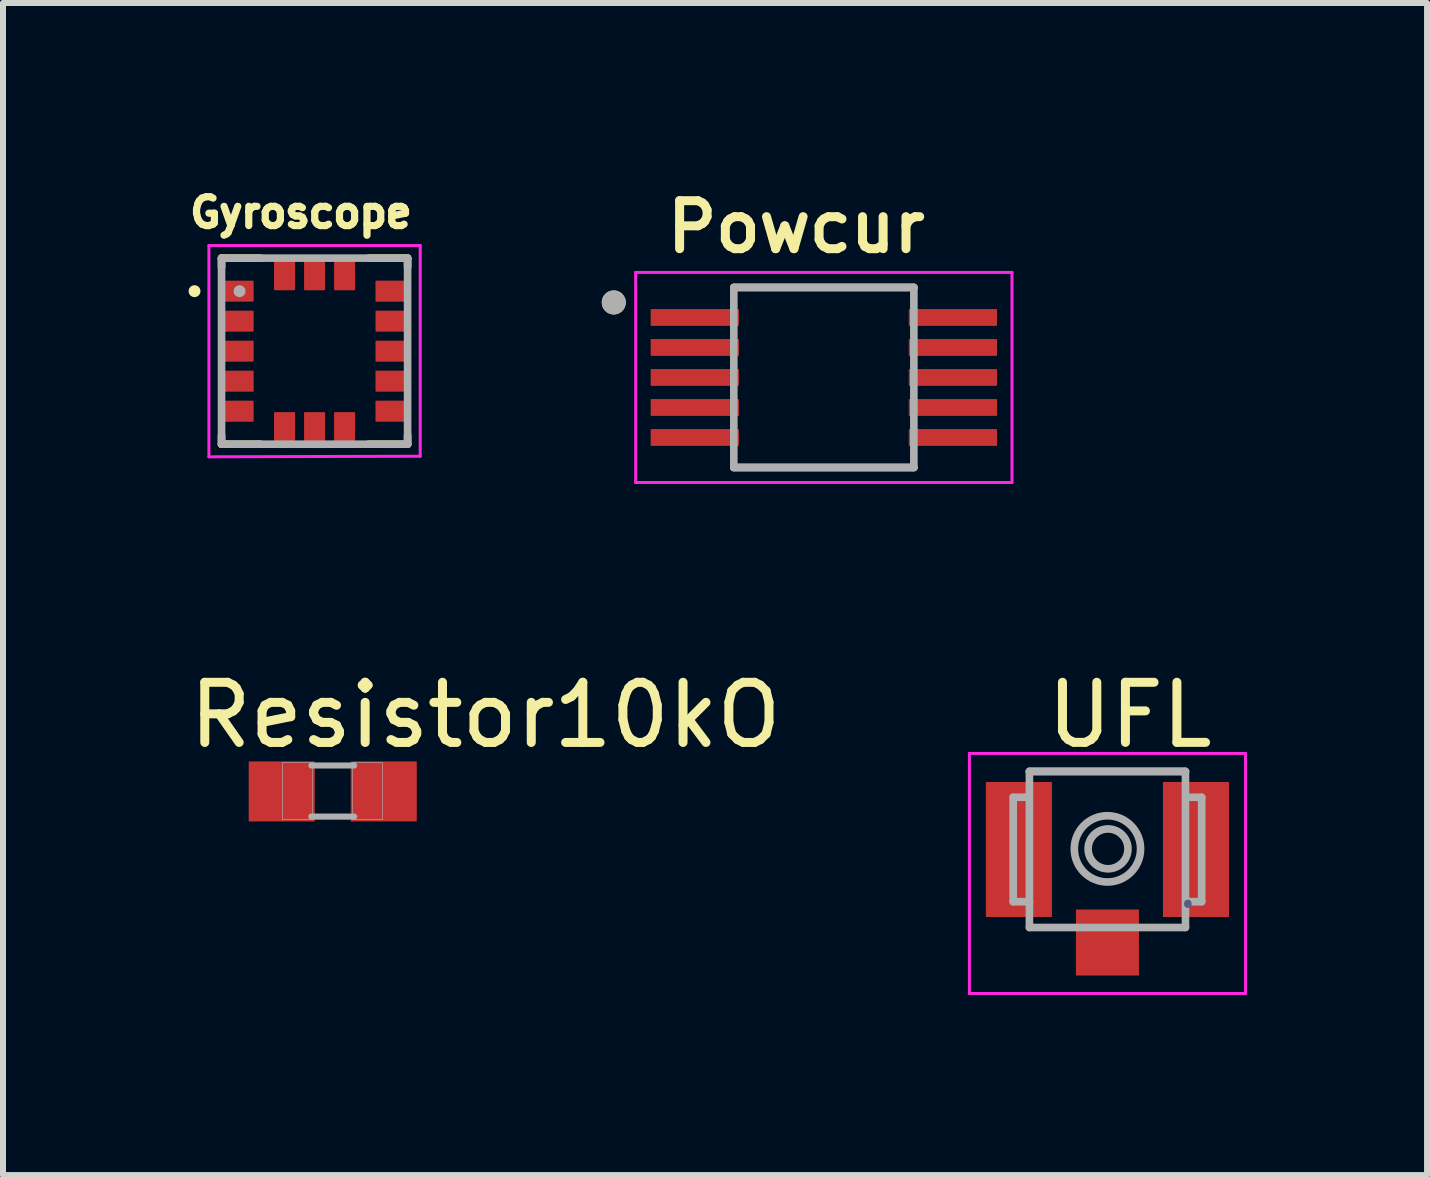
<source format=kicad_pcb>
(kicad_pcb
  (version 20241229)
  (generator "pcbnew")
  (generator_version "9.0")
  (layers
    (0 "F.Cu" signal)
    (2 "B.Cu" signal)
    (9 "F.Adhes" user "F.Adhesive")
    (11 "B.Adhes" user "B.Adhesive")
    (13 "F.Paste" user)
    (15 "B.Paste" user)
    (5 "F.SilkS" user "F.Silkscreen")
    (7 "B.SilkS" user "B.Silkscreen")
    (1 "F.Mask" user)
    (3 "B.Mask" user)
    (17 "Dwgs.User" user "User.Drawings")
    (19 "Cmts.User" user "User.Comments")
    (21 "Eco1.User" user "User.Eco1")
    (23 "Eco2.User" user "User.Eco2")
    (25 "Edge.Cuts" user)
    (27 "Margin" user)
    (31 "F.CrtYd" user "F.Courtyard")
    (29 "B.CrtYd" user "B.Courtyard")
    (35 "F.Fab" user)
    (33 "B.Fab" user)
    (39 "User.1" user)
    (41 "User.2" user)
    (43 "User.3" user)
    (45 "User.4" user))
  (footprint "Resistor10kO"
    (layer "F.Cu")
    (at 2.494 10.136)
    (property "Reference" "Resistor10kO" (at 2.544 -1.272 0) (layer "F.SilkS") (effects (font (size 1.002 1.002) (thickness 0.15))))
    (attr smd)
    (fp_line (start -0.356 -0.432) (end 0.356 -0.432) (stroke (width 0.102) (type solid)) (layer "F.Fab"))
    (fp_line (start -0.356 0.419) (end 0.356 0.419) (stroke (width 0.102) (type solid)) (layer "F.Fab"))
    (fp_poly (pts (xy -0.84 -0.48) (xy -0.338 -0.48) (xy -0.338 0.471) (xy -0.84 0.471)) (stroke (width 0.01) (type solid)) (fill no) (layer "F.Fab"))
    (fp_poly (pts (xy 0.331 -0.48) (xy 0.83 -0.48) (xy 0.83 0.471) (xy 0.331 0.471)) (stroke (width 0.01) (type solid)) (fill no) (layer "F.Fab"))
    (pad "1" smd rect (at -0.85 0) (size 1.1 1) (layers "F.Cu" "F.Mask" "F.Paste"))
    (pad "2" smd rect (at 0.85 0) (size 1.1 1) (layers "F.Cu" "F.Mask" "F.Paste")))
  (footprint "UFL"
    (layer "F.Cu")
    (at 15.401 11.103)
    (property "Reference" "UFL" (at 0.371 -2.24 0) (layer "F.SilkS") (effects (font (size 1.001 1.001) (thickness 0.15))))
    (attr smd)
    (fp_line (start 1.3 -1.3) (end -1.3 -1.3) (stroke (width 0.127) (type solid)) (layer "F.SilkS"))
    (fp_line (start -2.3 -1.6) (end -2.3 2.4) (stroke (width 0.05) (type solid)) (layer "F.CrtYd"))
    (fp_line (start -2.3 2.4) (end 2.3 2.4) (stroke (width 0.05) (type solid)) (layer "F.CrtYd"))
    (fp_line (start 2.3 -1.6) (end -2.3 -1.6) (stroke (width 0.05) (type solid)) (layer "F.CrtYd"))
    (fp_line (start 2.3 2.4) (end 2.3 -1.6) (stroke (width 0.05) (type solid)) (layer "F.CrtYd"))
    (fp_line (start 1.34 0.9) (end 1.34 0.91) (stroke (width 0.127) (type solid)) (layer "B.Fab"))
    (fp_line (start -1.57 -0.87) (end -1.57 0.87) (stroke (width 0.127) (type solid)) (layer "F.Fab"))
    (fp_line (start -1.57 -0.87) (end -1.33 -0.87) (stroke (width 0.127) (type solid)) (layer "F.Fab"))
    (fp_line (start -1.57 0.87) (end -1.3 0.87) (stroke (width 0.127) (type solid)) (layer "F.Fab"))
    (fp_line (start -1.33 -0.87) (end -1.33 -0.88) (stroke (width 0.127) (type solid)) (layer "F.Fab"))
    (fp_line (start -1.3 -1.3) (end 1.3 -1.3) (stroke (width 0.127) (type solid)) (layer "F.Fab"))
    (fp_line (start -1.3 0.87) (end -1.3 -1.3) (stroke (width 0.127) (type solid)) (layer "F.Fab"))
    (fp_line (start -1.3 1.3) (end -1.3 0.87) (stroke (width 0.127) (type solid)) (layer "F.Fab"))
    (fp_line (start -1.3 1.3) (end 1.3 1.3) (stroke (width 0.127) (type solid)) (layer "F.Fab"))
    (fp_line (start 1.3 -1.3) (end 1.3 1.3) (stroke (width 0.127) (type solid)) (layer "F.Fab"))
    (fp_line (start 1.38 -0.87) (end 1.57 -0.87) (stroke (width 0.127) (type solid)) (layer "F.Fab"))
    (fp_line (start 1.57 -0.87) (end 1.57 0.87) (stroke (width 0.127) (type solid)) (layer "F.Fab"))
    (fp_line (start 1.57 0.87) (end 1.34 0.87) (stroke (width 0.127) (type solid)) (layer "F.Fab"))
    (fp_circle (center 0 -0.01) (end 0.552 -0.01) (stroke (width 0.127) (type solid)) (fill no) (layer "F.Fab"))
    (fp_circle (center 0.01 -0.01) (end 0.342 -0.01) (stroke (width 0.127) (type solid)) (fill no) (layer "F.Fab"))
    (pad "1" smd rect (at -1.475 0) (size 1.1 2.25) (layers "F.Cu" "F.Mask" "F.Paste"))
    (pad "2" smd rect (at 1.475 0) (size 1.1 2.25) (layers "F.Cu" "F.Mask" "F.Paste"))
    (pad "3" smd rect (at 0 1.55) (size 1.05 1.1) (layers "F.Cu" "F.Mask" "F.Paste"))
    (zone (net_name "") (layer "F.Cu") (hatch full 0.508) (connect_pads) (min_thickness 0.01) (filled_areas_thickness no) (keepout (tracks not_allowed) (vias not_allowed) (pads not_allowed) (copperpour not_allowed) (footprints allowed)) (placement (enabled no)) (fill) (polygon (pts (xy 14.498 9.953) (xy 16.301 9.953) (xy 16.301 12.066) (xy 14.498 12.066)))))
  (footprint "Gyroscope"
    (layer "F.Cu")
    (at 2.191 2.801)
    (property "Reference" "Gyroscope" (at -0.226 -2.309 0) (layer "F.SilkS") (effects (font (size 0.481 0.481) (thickness 0.15))))
    (attr smd)
    (fp_line (start -1.55 -1.55) (end -0.9 -1.55) (stroke (width 0.127) (type solid)) (layer "F.SilkS"))
    (fp_line (start -1.55 -1.4) (end -1.55 -1.55) (stroke (width 0.127) (type solid)) (layer "F.SilkS"))
    (fp_line (start -1.55 1.4) (end -1.55 1.55) (stroke (width 0.127) (type solid)) (layer "F.SilkS"))
    (fp_line (start -1.55 1.55) (end -0.9 1.55) (stroke (width 0.127) (type solid)) (layer "F.SilkS"))
    (fp_line (start 0.9 -1.55) (end 1.55 -1.55) (stroke (width 0.127) (type solid)) (layer "F.SilkS"))
    (fp_line (start 0.9 1.55) (end 1.55 1.55) (stroke (width 0.127) (type solid)) (layer "F.SilkS"))
    (fp_line (start 1.55 -1.55) (end 1.55 -1.4) (stroke (width 0.127) (type solid)) (layer "F.SilkS"))
    (fp_line (start 1.55 1.55) (end 1.55 1.4) (stroke (width 0.127) (type solid)) (layer "F.SilkS"))
    (fp_circle (center -2 -1) (end -1.95 -1) (stroke (width 0.1) (type solid)) (fill no) (layer "F.SilkS"))
    (fp_line (start -1.76 -1.76) (end 1.76 -1.76) (stroke (width 0.05) (type solid)) (layer "F.CrtYd"))
    (fp_line (start -1.76 1.76) (end -1.76 -1.76) (stroke (width 0.05) (type solid)) (layer "F.CrtYd"))
    (fp_line (start 1.76 -1.76) (end 1.76 1.75) (stroke (width 0.05) (type solid)) (layer "F.CrtYd"))
    (fp_line (start 1.76 1.75) (end -1.76 1.76) (stroke (width 0.05) (type solid)) (layer "F.CrtYd"))
    (fp_line (start -1.55 -1.55) (end 1.55 -1.55) (stroke (width 0.127) (type solid)) (layer "F.Fab"))
    (fp_line (start -1.55 1.55) (end -1.55 -1.55) (stroke (width 0.127) (type solid)) (layer "F.Fab"))
    (fp_line (start 1.55 -1.55) (end 1.55 1.55) (stroke (width 0.127) (type solid)) (layer "F.Fab"))
    (fp_line (start 1.55 1.55) (end -1.55 1.55) (stroke (width 0.127) (type solid)) (layer "F.Fab"))
    (fp_circle (center -1.25 -1) (end -1.2 -1) (stroke (width 0.1) (type solid)) (fill no) (layer "F.Fab"))
    (pad "1" smd roundrect (at -1.26 -1) (size 0.49 0.35) (layers "F.Cu" "F.Mask" "F.Paste") (roundrect_rratio 0.04))
    (pad "2" smd roundrect (at -1.26 -0.5) (size 0.49 0.35) (layers "F.Cu" "F.Mask" "F.Paste") (roundrect_rratio 0.04))
    (pad "3" smd roundrect (at -1.26 0) (size 0.49 0.35) (layers "F.Cu" "F.Mask" "F.Paste") (roundrect_rratio 0.04))
    (pad "4" smd roundrect (at -1.26 0.5) (size 0.49 0.35) (layers "F.Cu" "F.Mask" "F.Paste") (roundrect_rratio 0.04))
    (pad "5" smd roundrect (at -1.26 1) (size 0.49 0.35) (layers "F.Cu" "F.Mask" "F.Paste") (roundrect_rratio 0.04))
    (pad "6" smd roundrect (at -0.5 1.26 90) (size 0.49 0.35) (layers "F.Cu" "F.Mask" "F.Paste") (roundrect_rratio 0.04))
    (pad "7" smd roundrect (at 0 1.26 90) (size 0.49 0.35) (layers "F.Cu" "F.Mask" "F.Paste") (roundrect_rratio 0.04))
    (pad "8" smd roundrect (at 0.5 1.26 90) (size 0.49 0.35) (layers "F.Cu" "F.Mask" "F.Paste") (roundrect_rratio 0.04))
    (pad "9" smd roundrect (at 1.26 1 180) (size 0.49 0.35) (layers "F.Cu" "F.Mask" "F.Paste") (roundrect_rratio 0.04))
    (pad "10" smd roundrect (at 1.26 0.5 180) (size 0.49 0.35) (layers "F.Cu" "F.Mask" "F.Paste") (roundrect_rratio 0.04))
    (pad "11" smd roundrect (at 1.26 0 180) (size 0.49 0.35) (layers "F.Cu" "F.Mask" "F.Paste") (roundrect_rratio 0.04))
    (pad "12" smd roundrect (at 1.26 -0.5 180) (size 0.49 0.35) (layers "F.Cu" "F.Mask" "F.Paste") (roundrect_rratio 0.04))
    (pad "13" smd roundrect (at 1.26 -1 180) (size 0.49 0.35) (layers "F.Cu" "F.Mask" "F.Paste") (roundrect_rratio 0.04))
    (pad "14" smd roundrect (at 0.5 -1.26 270) (size 0.49 0.35) (layers "F.Cu" "F.Mask" "F.Paste") (roundrect_rratio 0.04))
    (pad "15" smd roundrect (at 0 -1.26 270) (size 0.49 0.35) (layers "F.Cu" "F.Mask" "F.Paste") (roundrect_rratio 0.04))
    (pad "16" smd roundrect (at -0.5 -1.26 270) (size 0.49 0.35) (layers "F.Cu" "F.Mask" "F.Paste") (roundrect_rratio 0.04))
    (zone (net_name "") (layer "F.Cu") (hatch full 0.508) (connect_pads) (min_thickness 0.01) (filled_areas_thickness no) (keepout (tracks not_allowed) (vias not_allowed) (pads not_allowed) (copperpour not_allowed) (footprints allowed)) (placement (enabled no)) (fill) (polygon (pts (xy 1.391 2.001) (xy 2.991 2.001) (xy 2.991 3.601) (xy 1.391 3.601))))
    (zone (net_name "") (layers "F.Cu" "B.Cu") (hatch full 0.508) (connect_pads) (min_thickness 0.01) (filled_areas_thickness no) (keepout (tracks allowed) (vias not_allowed) (pads allowed) (copperpour allowed) (footprints allowed)) (placement (enabled no)) (fill) (polygon (pts (xy 1.391 2.001) (xy 2.991 2.001) (xy 2.991 3.601) (xy 1.391 3.601)))))
  (footprint "Powcur"
    (layer "F.Cu")
    (at 10.676 3.239)
    (property "Reference" "Powcur" (at -0.46 -2.508 0) (layer "F.SilkS") (effects (font (size 0.8 0.8) (thickness 0.15))))
    (attr smd)
    (fp_line (start -1.5 -1.5) (end 1.5 -1.5) (stroke (width 0.127) (type solid)) (layer "F.SilkS"))
    (fp_line (start -1.5 1.5) (end 1.5 1.5) (stroke (width 0.127) (type solid)) (layer "F.SilkS"))
    (fp_circle (center -3.5 -1.25) (end -3.4 -1.25) (stroke (width 0.2) (type solid)) (fill no) (layer "F.SilkS"))
    (fp_line (start -3.135 -1.75) (end -3.135 1.75) (stroke (width 0.05) (type solid)) (layer "F.CrtYd"))
    (fp_line (start -3.135 -1.75) (end 3.135 -1.75) (stroke (width 0.05) (type solid)) (layer "F.CrtYd"))
    (fp_line (start -3.135 1.75) (end 3.135 1.75) (stroke (width 0.05) (type solid)) (layer "F.CrtYd"))
    (fp_line (start 3.135 -1.75) (end 3.135 1.75) (stroke (width 0.05) (type solid)) (layer "F.CrtYd"))
    (fp_line (start -1.5 -1.5) (end -1.5 1.5) (stroke (width 0.127) (type solid)) (layer "F.Fab"))
    (fp_line (start -1.5 -1.5) (end 1.5 -1.5) (stroke (width 0.127) (type solid)) (layer "F.Fab"))
    (fp_line (start -1.5 1.5) (end 1.5 1.5) (stroke (width 0.127) (type solid)) (layer "F.Fab"))
    (fp_line (start 1.5 -1.5) (end 1.5 1.5) (stroke (width 0.127) (type solid)) (layer "F.Fab"))
    (fp_circle (center -3.5 -1.25) (end -3.4 -1.25) (stroke (width 0.2) (type solid)) (fill no) (layer "F.Fab"))
    (pad "1" smd roundrect (at -2.15 -1) (size 1.47 0.28) (layers "F.Cu" "F.Mask" "F.Paste") (roundrect_rratio 0.04))
    (pad "2" smd roundrect (at -2.15 -0.5) (size 1.47 0.28) (layers "F.Cu" "F.Mask" "F.Paste") (roundrect_rratio 0.04))
    (pad "3" smd roundrect (at -2.15 0) (size 1.47 0.28) (layers "F.Cu" "F.Mask" "F.Paste") (roundrect_rratio 0.04))
    (pad "4" smd roundrect (at -2.15 0.5) (size 1.47 0.28) (layers "F.Cu" "F.Mask" "F.Paste") (roundrect_rratio 0.04))
    (pad "5" smd roundrect (at -2.15 1) (size 1.47 0.28) (layers "F.Cu" "F.Mask" "F.Paste") (roundrect_rratio 0.04))
    (pad "6" smd roundrect (at 2.15 1) (size 1.47 0.28) (layers "F.Cu" "F.Mask" "F.Paste") (roundrect_rratio 0.04))
    (pad "7" smd roundrect (at 2.15 0.5) (size 1.47 0.28) (layers "F.Cu" "F.Mask" "F.Paste") (roundrect_rratio 0.04))
    (pad "8" smd roundrect (at 2.15 0) (size 1.47 0.28) (layers "F.Cu" "F.Mask" "F.Paste") (roundrect_rratio 0.04))
    (pad "9" smd roundrect (at 2.15 -0.5) (size 1.47 0.28) (layers "F.Cu" "F.Mask" "F.Paste") (roundrect_rratio 0.04))
    (pad "10" smd roundrect (at 2.15 -1) (size 1.47 0.28) (layers "F.Cu" "F.Mask" "F.Paste") (roundrect_rratio 0.04)))
  (gr_rect
    (start -3 -3)
    (end 20.726 16.528)
    (stroke (width 0.1) (type default))
    (fill no)
    (layer "Edge.Cuts")))
</source>
